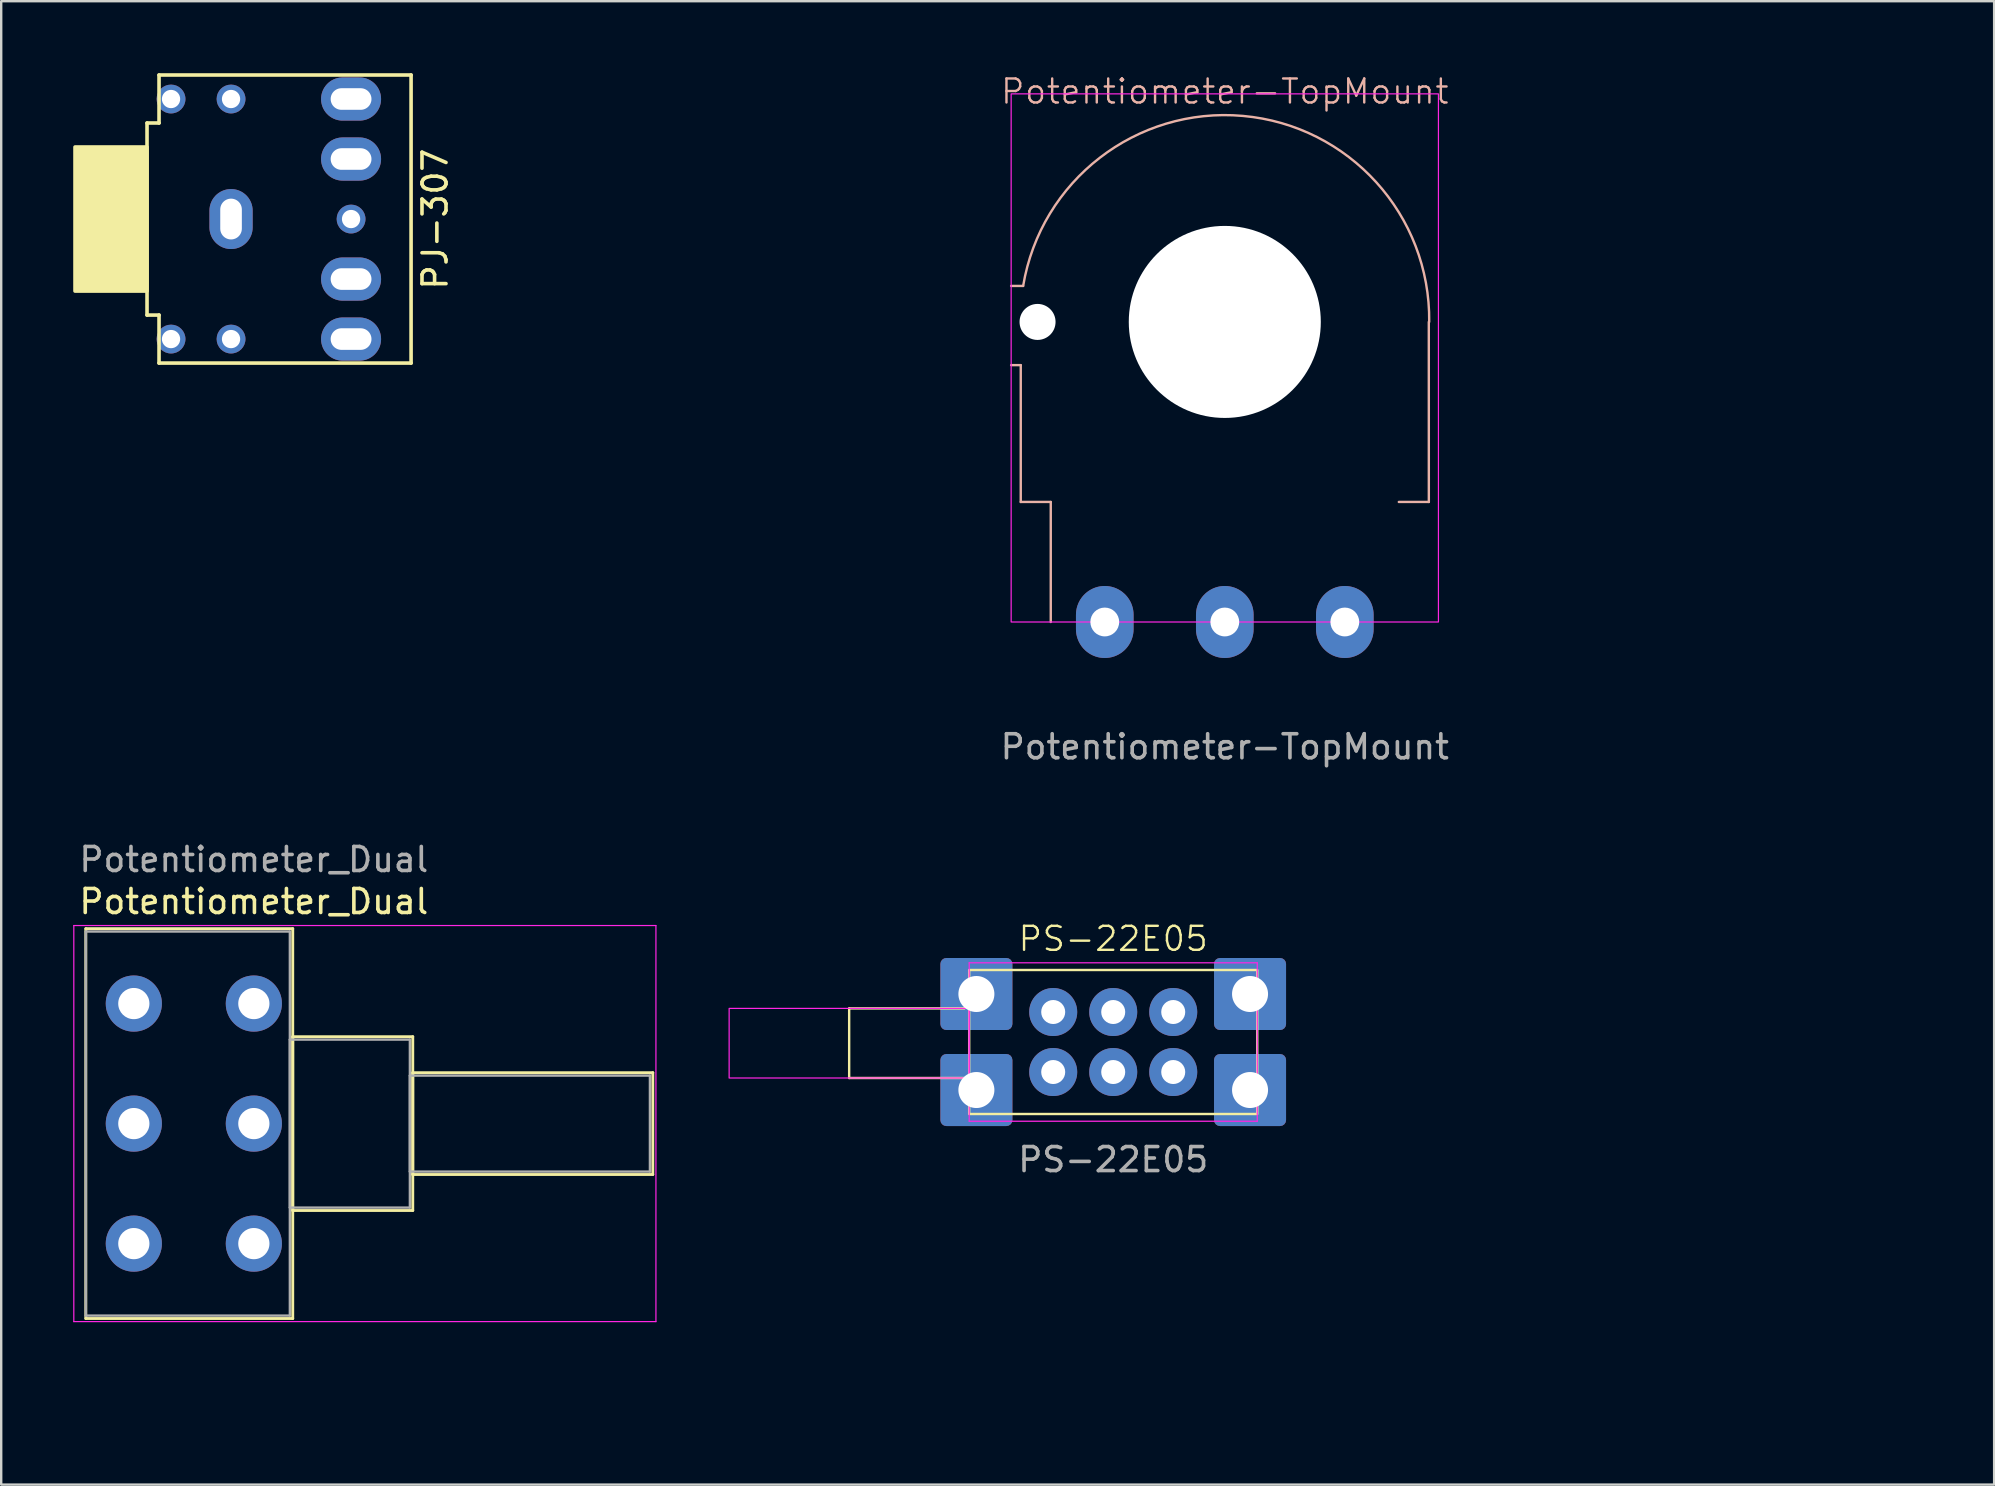
<source format=kicad_pcb>
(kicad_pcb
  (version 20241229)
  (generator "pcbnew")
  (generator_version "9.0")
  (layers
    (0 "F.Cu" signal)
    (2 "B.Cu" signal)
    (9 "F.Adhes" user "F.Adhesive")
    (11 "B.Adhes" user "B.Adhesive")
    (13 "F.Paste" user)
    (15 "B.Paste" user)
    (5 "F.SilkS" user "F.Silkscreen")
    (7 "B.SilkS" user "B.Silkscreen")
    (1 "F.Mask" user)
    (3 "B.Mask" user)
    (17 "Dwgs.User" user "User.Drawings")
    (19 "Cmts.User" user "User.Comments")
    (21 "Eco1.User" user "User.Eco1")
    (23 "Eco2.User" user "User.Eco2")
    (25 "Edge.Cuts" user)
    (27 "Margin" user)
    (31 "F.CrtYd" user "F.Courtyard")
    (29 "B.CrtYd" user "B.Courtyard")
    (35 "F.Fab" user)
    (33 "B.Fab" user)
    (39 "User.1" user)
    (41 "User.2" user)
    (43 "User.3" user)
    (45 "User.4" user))
  (footprint "Potentiometer_Dual"
    (layer "F.Cu")
    (at 7.525 48.757)
    (property "Reference" "Potentiometer_Dual" (at 0 -14.25 0) (layer "F.SilkS") (effects (font (size 1 1) (thickness 0.15))))
    (attr through_hole)
    (fp_line (start -7 -13.12) (end -7 3.12) (stroke (width 0.12) (type solid)) (layer "F.SilkS"))
    (fp_line (start -7 -13.12) (end 1.62 -13.12) (stroke (width 0.12) (type solid)) (layer "F.SilkS"))
    (fp_line (start -7 3.12) (end 1.62 3.12) (stroke (width 0.12) (type solid)) (layer "F.SilkS"))
    (fp_line (start 1.62 -13.12) (end 1.62 3.12) (stroke (width 0.12) (type solid)) (layer "F.SilkS"))
    (fp_line (start 1.62 -8.62) (end 1.62 -1.38) (stroke (width 0.12) (type solid)) (layer "F.SilkS"))
    (fp_line (start 1.62 -8.62) (end 6.62 -8.62) (stroke (width 0.12) (type solid)) (layer "F.SilkS"))
    (fp_line (start 1.62 -1.38) (end 6.62 -1.38) (stroke (width 0.12) (type solid)) (layer "F.SilkS"))
    (fp_line (start 6.62 -8.62) (end 6.62 -1.38) (stroke (width 0.12) (type solid)) (layer "F.SilkS"))
    (fp_line (start 6.62 -7.12) (end 6.62 -2.88) (stroke (width 0.12) (type solid)) (layer "F.SilkS"))
    (fp_line (start 6.62 -7.12) (end 16.62 -7.12) (stroke (width 0.12) (type solid)) (layer "F.SilkS"))
    (fp_line (start 6.62 -2.88) (end 16.62 -2.88) (stroke (width 0.12) (type solid)) (layer "F.SilkS"))
    (fp_line (start 16.62 -7.12) (end 16.62 -2.88) (stroke (width 0.12) (type solid)) (layer "F.SilkS"))
    (fp_line (start -7.5 -13.25) (end -7.5 3.25) (stroke (width 0.05) (type solid)) (layer "F.CrtYd"))
    (fp_line (start -7.5 3.25) (end 16.75 3.25) (stroke (width 0.05) (type solid)) (layer "F.CrtYd"))
    (fp_line (start 16.75 -13.25) (end -7.5 -13.25) (stroke (width 0.05) (type solid)) (layer "F.CrtYd"))
    (fp_line (start 16.75 3.25) (end 16.75 -13.25) (stroke (width 0.05) (type solid)) (layer "F.CrtYd"))
    (fp_line (start -7 -13) (end -7 3) (stroke (width 0.1) (type solid)) (layer "F.Fab"))
    (fp_line (start -7 3) (end 1.5 3) (stroke (width 0.1) (type solid)) (layer "F.Fab"))
    (fp_line (start 1.5 -13) (end -7 -13) (stroke (width 0.1) (type solid)) (layer "F.Fab"))
    (fp_line (start 1.5 -8.5) (end 1.5 -1.5) (stroke (width 0.1) (type solid)) (layer "F.Fab"))
    (fp_line (start 1.5 -1.5) (end 6.5 -1.5) (stroke (width 0.1) (type solid)) (layer "F.Fab"))
    (fp_line (start 1.5 3) (end 1.5 -13) (stroke (width 0.1) (type solid)) (layer "F.Fab"))
    (fp_line (start 6.5 -8.5) (end 1.5 -8.5) (stroke (width 0.1) (type solid)) (layer "F.Fab"))
    (fp_line (start 6.5 -7) (end 6.5 -3) (stroke (width 0.1) (type solid)) (layer "F.Fab"))
    (fp_line (start 6.5 -3) (end 16.5 -3) (stroke (width 0.1) (type solid)) (layer "F.Fab"))
    (fp_line (start 6.5 -1.5) (end 6.5 -8.5) (stroke (width 0.1) (type solid)) (layer "F.Fab"))
    (fp_line (start 16.5 -7) (end 6.5 -7) (stroke (width 0.1) (type solid)) (layer "F.Fab"))
    (fp_line (start 16.5 -3) (end 16.5 -7) (stroke (width 0.1) (type solid)) (layer "F.Fab"))
    (fp_text user "${REFERENCE}" (at 0 -16 0) (layer "F.Fab") (effects (font (size 1 1) (thickness 0.15))))
    (pad "1" thru_hole circle (at 0 0) (size 2.34 2.34) (drill 1.3) (layers "*.Cu" "*.Mask"))
    (pad "2" thru_hole circle (at 0 -5) (size 2.34 2.34) (drill 1.3) (layers "*.Cu" "*.Mask"))
    (pad "3" thru_hole circle (at 0 -10) (size 2.34 2.34) (drill 1.3) (layers "*.Cu" "*.Mask"))
    (pad "4" thru_hole circle (at -5 0) (size 2.34 2.34) (drill 1.3) (layers "*.Cu" "*.Mask"))
    (pad "5" thru_hole circle (at -5 -5) (size 2.34 2.34) (drill 1.3) (layers "*.Cu" "*.Mask"))
    (pad "6" thru_hole circle (at -5 -10) (size 2.34 2.34) (drill 1.3) (layers "*.Cu" "*.Mask")))
  (footprint "PJ-307"
    (layer "F.Cu")
    (at 9.575 6.075)
    (property "Reference" "PJ-307" (at 5.5 0 270) (layer "F.SilkS") (effects (font (size 1 1) (thickness 0.15))))
    (attr through_hole)
    (fp_line (start -6.5 4) (end -6.5 -4) (stroke (width 0.15) (type solid)) (layer "F.SilkS"))
    (fp_line (start -6 -6) (end -6 -4) (stroke (width 0.15) (type solid)) (layer "F.SilkS"))
    (fp_line (start -6 -6) (end 4.5 -6) (stroke (width 0.15) (type solid)) (layer "F.SilkS"))
    (fp_line (start -6 -4) (end -6.5 -4) (stroke (width 0.15) (type solid)) (layer "F.SilkS"))
    (fp_line (start -6 4) (end -6.5 4) (stroke (width 0.15) (type solid)) (layer "F.SilkS"))
    (fp_line (start -6 6) (end -6 4) (stroke (width 0.15) (type solid)) (layer "F.SilkS"))
    (fp_line (start 4.5 -6) (end 4.5 6) (stroke (width 0.15) (type solid)) (layer "F.SilkS"))
    (fp_line (start 4.5 6) (end -6 6) (stroke (width 0.15) (type solid)) (layer "F.SilkS"))
    (fp_poly (pts (xy -6.5 -3) (xy -6.5 3) (xy -9.5 3) (xy -9.5 -3)) (stroke (width 0.15) (type solid)) (fill yes) (layer "F.SilkS"))
    (pad "" np_thru_hole circle (at -5.5 -5) (size 1.2 1.2) (drill 0.762) (layers "*.Cu" "*.Mask"))
    (pad "" np_thru_hole circle (at -5.5 5) (size 1.2 1.2) (drill 0.762) (layers "*.Cu" "*.Mask"))
    (pad "" np_thru_hole circle (at -3 -5) (size 1.2 1.2) (drill 0.762) (layers "*.Cu" "*.Mask"))
    (pad "" np_thru_hole circle (at -3 5) (size 1.2 1.2) (drill 0.762) (layers "*.Cu" "*.Mask"))
    (pad "" np_thru_hole circle (at 2 0) (size 1.2 1.2) (drill 0.762) (layers "*.Cu" "*.Mask"))
    (pad "G" thru_hole oval (at -3 0 90) (size 2.5 1.8) (drill oval 1.7 0.9) (layers "*.Cu" "*.Mask"))
    (pad "S" thru_hole oval (at 2 -5) (size 2.5 1.8) (drill oval 1.7 0.9) (layers "*.Cu" "*.Mask"))
    (pad "SN" thru_hole oval (at 2 -2.5) (size 2.5 1.8) (drill oval 1.7 0.9) (layers "*.Cu" "*.Mask"))
    (pad "T" thru_hole oval (at 2 5) (size 2.5 1.8) (drill oval 1.7 0.9) (layers "*.Cu" "*.Mask"))
    (pad "TN" thru_hole oval (at 2 2.5) (size 2.5 1.8) (drill oval 1.7 0.9) (layers "*.Cu" "*.Mask")))
  (footprint "Potentiometer-TopMount"
    (layer "F.Cu")
    (at 47.973 10.361)
    (property "Reference" "Potentiometer-TopMount" (at 0 -9.6 0) (unlocked yes) (layer "B.SilkS") (effects (font (size 1 1) (thickness 0.1))))
    (attr through_hole)
    (fp_line (start -8.9 1.8) (end -8.5 1.8) (stroke (width 0.1) (type default)) (layer "B.SilkS"))
    (fp_line (start -8.5 1.8) (end -8.5 7.5) (stroke (width 0.1) (type default)) (layer "B.SilkS"))
    (fp_line (start -8.5 7.5) (end -7.25 7.5) (stroke (width 0.1) (type default)) (layer "B.SilkS"))
    (fp_line (start -8.4 -1.5) (end -8.9 -1.5) (stroke (width 0.1) (type default)) (layer "B.SilkS"))
    (fp_line (start -7.25 7.5) (end -7.25 12.5) (stroke (width 0.1) (type default)) (layer "B.SilkS"))
    (fp_line (start 7.25 7.5) (end 8.5 7.5) (stroke (width 0.1) (type default)) (layer "B.SilkS"))
    (fp_line (start 8.499 -0.000007) (end 8.5 7.5) (stroke (width 0.1) (type default)) (layer "B.SilkS"))
    (fp_arc (start -8.399999 -1.5) (mid 0.752301 -8.582571) (end 8.515278 0.00018) (stroke (width 0.1) (type default)) (layer "B.SilkS"))
    (fp_rect (start -8.9 -9.5) (end 8.9 12.5) (stroke (width 0.05) (type default)) (fill no) (layer "F.CrtYd"))
    (fp_line (start -29 12.5) (end 0 12.5) (stroke (width 0.1) (type default)) (layer "User.2"))
    (fp_line (start 0 12.5) (end -29 12.5) (stroke (width 0.1) (type default)) (layer "User.2"))
    (fp_line (start 29 12.5) (end 0 12.5) (stroke (width 0.1) (type default)) (layer "User.2"))
    (fp_rect (start -8.6 -1.55) (end -7.1 1.6) (stroke (width 0.1) (type default)) (fill no) (layer "User.2"))
    (fp_circle (center 0 0) (end 0 4) (stroke (width 0.1) (type default)) (fill no) (layer "User.2"))
    (fp_text user "${REFERENCE}" (at 0 17.7 0) (unlocked yes) (layer "F.Fab") (effects (font (size 1 1) (thickness 0.15))))
    (pad "" np_thru_hole circle (at -7.8 0) (size 1.5 1.5) (drill oval 1.6 3.2) (layers "*.Cu" "*.Mask"))
    (pad "" np_thru_hole circle (at 0 0) (size 8 8) (drill 8) (layers "*.Cu" "*.Mask"))
    (pad "1" thru_hole oval (at -5 12.5) (size 2.4 3) (drill 1.2) (layers "*.Cu" "*.Mask"))
    (pad "2" thru_hole oval (at 0 12.5) (size 2.4 3) (drill 1.2) (layers "*.Cu" "*.Mask"))
    (pad "3" thru_hole oval (at 5 12.5) (size 2.4 3) (drill 1.2) (layers "*.Cu" "*.Mask")))
  (footprint "PS-22E05"
    (layer "F.Cu")
    (at 43.325 40.359)
    (property "Reference" "PS-22E05" (at 0 -4.3 0) (unlocked yes) (layer "F.SilkS") (effects (font (size 1 1) (thickness 0.1))))
    (attr through_hole)
    (fp_line (start -11 -1.4) (end -11 1.5) (stroke (width 0.1) (type default)) (layer "F.SilkS"))
    (fp_line (start -11 -1.4) (end -6.2 -1.4) (stroke (width 0.1) (type default)) (layer "F.SilkS"))
    (fp_line (start -11 1.5) (end -6.2 1.5) (stroke (width 0.1) (type default)) (layer "F.SilkS"))
    (fp_rect (start -6 -3) (end 6 3) (stroke (width 0.1) (type default)) (fill no) (layer "F.SilkS"))
    (fp_line (start -6 -3.3) (end 6 -3.3) (stroke (width 0.05) (type default)) (layer "F.CrtYd"))
    (fp_line (start -6 3.3) (end -6 -3.3) (stroke (width 0.05) (type default)) (layer "F.CrtYd"))
    (fp_line (start 6 -3.3) (end 6 3.3) (stroke (width 0.05) (type default)) (layer "F.CrtYd"))
    (fp_line (start 6 3.3) (end -6 3.3) (stroke (width 0.05) (type default)) (layer "F.CrtYd"))
    (fp_rect (start -16 -1.4) (end -6 1.5) (stroke (width 0.05) (type default)) (fill no) (layer "F.CrtYd"))
    (fp_line (start -5.7 5) (end -5.7 -8.4) (stroke (width 0.1) (type default)) (layer "User.2"))
    (fp_line (start 5.7 5.1) (end 5.7 -8.3) (stroke (width 0.1) (type default)) (layer "User.2"))
    (fp_text user "${REFERENCE}" (at 0 4.9 0) (unlocked yes) (layer "F.Fab") (effects (font (size 1 1) (thickness 0.15))))
    (dimension (type aligned) (layer "User.2") (pts (xy 49.025 38.359) (xy 49.025 42.359)) (height -6.5) (format (prefix "") (suffix "") (units 3) (units_format 1) (precision 4)) (style (thickness 0.1) (arrow_length 1.27) (text_position_mode 0) (arrow_direction outward) (extension_height 0.586) (extension_offset 0.5) (keep_text_aligned yes)) (gr_text "4.0000 mm" (at 54.375 40.359 90) (layer "User.2") (effects (font (size 1 1) (thickness 0.15)))))
    (dimension (type aligned) (layer "User.2") (pts (xy 37.625 42.359) (xy 49.025 42.359)) (height 12.8) (format (prefix "") (suffix "") (units 3) (units_format 1) (precision 4)) (style (thickness 0.1) (arrow_length 1.27) (text_position_mode 0) (arrow_direction outward) (extension_height 0.586) (extension_offset 0.5) (keep_text_aligned yes)) (gr_text "11.4000 mm" (at 43.325 54.009 0) (layer "User.2") (effects (font (size 1 1) (thickness 0.15)))))
    (pad "1" thru_hole circle (at -2.5 -1.25) (size 2 2) (drill 1) (layers "*.Cu" "*.Mask"))
    (pad "1" thru_hole circle (at -2.5 1.25) (size 2 2) (drill 1) (layers "*.Cu" "*.Mask"))
    (pad "2" thru_hole circle (at 0 -1.25) (size 2 2) (drill 1) (layers "*.Cu" "*.Mask"))
    (pad "2" thru_hole circle (at 0 1.25) (size 2 2) (drill 1) (layers "*.Cu" "*.Mask"))
    (pad "3" thru_hole circle (at 2.5 -1.25) (size 2 2) (drill 1) (layers "*.Cu" "*.Mask"))
    (pad "3" thru_hole circle (at 2.5 1.25) (size 2 2) (drill 1) (layers "*.Cu" "*.Mask"))
    (pad "4" thru_hole roundrect (at -5.7 -2) (size 3 3) (drill 1.5) (layers "*.Cu" "*.Mask") (roundrect_rratio 0.083))
    (pad "4" thru_hole roundrect (at -5.7 2) (size 3 3) (drill 1.5) (layers "*.Cu" "*.Mask") (roundrect_rratio 0.083))
    (pad "4" thru_hole roundrect (at 5.7 -2) (size 3 3) (drill 1.5) (layers "*.Cu" "*.Mask") (roundrect_rratio 0.083))
    (pad "4" thru_hole roundrect (at 5.7 2) (size 3 3) (drill 1.5) (layers "*.Cu" "*.Mask") (roundrect_rratio 0.083)))
  (gr_rect
    (start -3 -3)
    (end 80.023 58.795)
    (stroke (width 0.1) (type default))
    (fill no)
    (layer "Edge.Cuts")))
</source>
